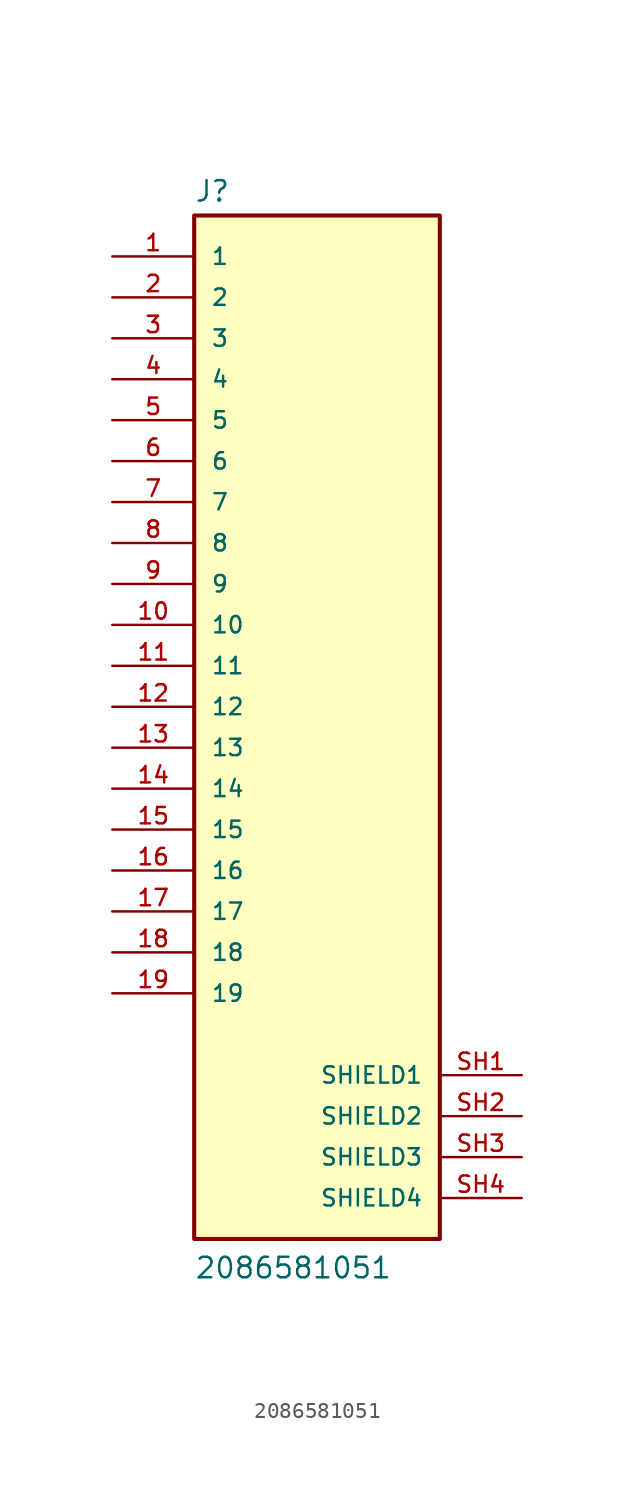
<source format=kicad_sym>
(kicad_symbol_lib
  (version 20211014)
  (generator kicad_symbol_editor)
  (symbol "2086581051"
    (pin_names
      (offset 1.016))
    (property "Reference" "J"
      (at -7.62 31.242 0)
      (effects (font (size 1.27 1.27)) (justify bottom left)))
    (property "Value" "2086581051"
      (at -7.62 -35.56 0)
      (effects (font (size 1.27 1.27)) (justify bottom left)))
    (symbol "2086581051_0_0"
      (rectangle (start -7.62 -33.02) (end 7.62 30.48) (stroke (width 0.254)) (fill (type background)))
      (pin passive line (at 12.7 -22.86 180.0) (length 5.08) (name "SHIELD1" (effects (font (size 1.016 1.016)))) (number "SH1" (effects (font (size 1.016 1.016)))))
      (pin passive line (at 12.7 -25.4 180.0) (length 5.08) (name "SHIELD2" (effects (font (size 1.016 1.016)))) (number "SH2" (effects (font (size 1.016 1.016)))))
      (pin passive line (at 12.7 -27.94 180.0) (length 5.08) (name "SHIELD3" (effects (font (size 1.016 1.016)))) (number "SH3" (effects (font (size 1.016 1.016)))))
      (pin passive line (at 12.7 -30.48 180.0) (length 5.08) (name "SHIELD4" (effects (font (size 1.016 1.016)))) (number "SH4" (effects (font (size 1.016 1.016)))))
      (pin bidirectional line (at -12.7 27.94 0) (length 5.08) (name "1" (effects (font (size 1.016 1.016)))) (number "1" (effects (font (size 1.016 1.016)))))
      (pin bidirectional line (at -12.7 25.4 0) (length 5.08) (name "2" (effects (font (size 1.016 1.016)))) (number "2" (effects (font (size 1.016 1.016)))))
      (pin bidirectional line (at -12.7 22.86 0) (length 5.08) (name "3" (effects (font (size 1.016 1.016)))) (number "3" (effects (font (size 1.016 1.016)))))
      (pin bidirectional line (at -12.7 20.32 0) (length 5.08) (name "4" (effects (font (size 1.016 1.016)))) (number "4" (effects (font (size 1.016 1.016)))))
      (pin bidirectional line (at -12.7 17.78 0) (length 5.08) (name "5" (effects (font (size 1.016 1.016)))) (number "5" (effects (font (size 1.016 1.016)))))
      (pin bidirectional line (at -12.7 15.24 0) (length 5.08) (name "6" (effects (font (size 1.016 1.016)))) (number "6" (effects (font (size 1.016 1.016)))))
      (pin bidirectional line (at -12.7 12.7 0) (length 5.08) (name "7" (effects (font (size 1.016 1.016)))) (number "7" (effects (font (size 1.016 1.016)))))
      (pin bidirectional line (at -12.7 10.16 0) (length 5.08) (name "8" (effects (font (size 1.016 1.016)))) (number "8" (effects (font (size 1.016 1.016)))))
      (pin bidirectional line (at -12.7 7.62 0) (length 5.08) (name "9" (effects (font (size 1.016 1.016)))) (number "9" (effects (font (size 1.016 1.016)))))
      (pin bidirectional line (at -12.7 5.08 0) (length 5.08) (name "10" (effects (font (size 1.016 1.016)))) (number "10" (effects (font (size 1.016 1.016)))))
      (pin bidirectional line (at -12.7 2.54 0) (length 5.08) (name "11" (effects (font (size 1.016 1.016)))) (number "11" (effects (font (size 1.016 1.016)))))
      (pin bidirectional line (at -12.7 0.0 0) (length 5.08) (name "12" (effects (font (size 1.016 1.016)))) (number "12" (effects (font (size 1.016 1.016)))))
      (pin bidirectional line (at -12.7 -2.54 0) (length 5.08) (name "13" (effects (font (size 1.016 1.016)))) (number "13" (effects (font (size 1.016 1.016)))))
      (pin bidirectional line (at -12.7 -5.08 0) (length 5.08) (name "14" (effects (font (size 1.016 1.016)))) (number "14" (effects (font (size 1.016 1.016)))))
      (pin bidirectional line (at -12.7 -7.62 0) (length 5.08) (name "15" (effects (font (size 1.016 1.016)))) (number "15" (effects (font (size 1.016 1.016)))))
      (pin bidirectional line (at -12.7 -10.16 0) (length 5.08) (name "16" (effects (font (size 1.016 1.016)))) (number "16" (effects (font (size 1.016 1.016)))))
      (pin bidirectional line (at -12.7 -12.7 0) (length 5.08) (name "17" (effects (font (size 1.016 1.016)))) (number "17" (effects (font (size 1.016 1.016)))))
      (pin bidirectional line (at -12.7 -15.24 0) (length 5.08) (name "18" (effects (font (size 1.016 1.016)))) (number "18" (effects (font (size 1.016 1.016)))))
      (pin bidirectional line (at -12.7 -17.78 0) (length 5.08) (name "19" (effects (font (size 1.016 1.016)))) (number "19" (effects (font (size 1.016 1.016))))))))
</source>
